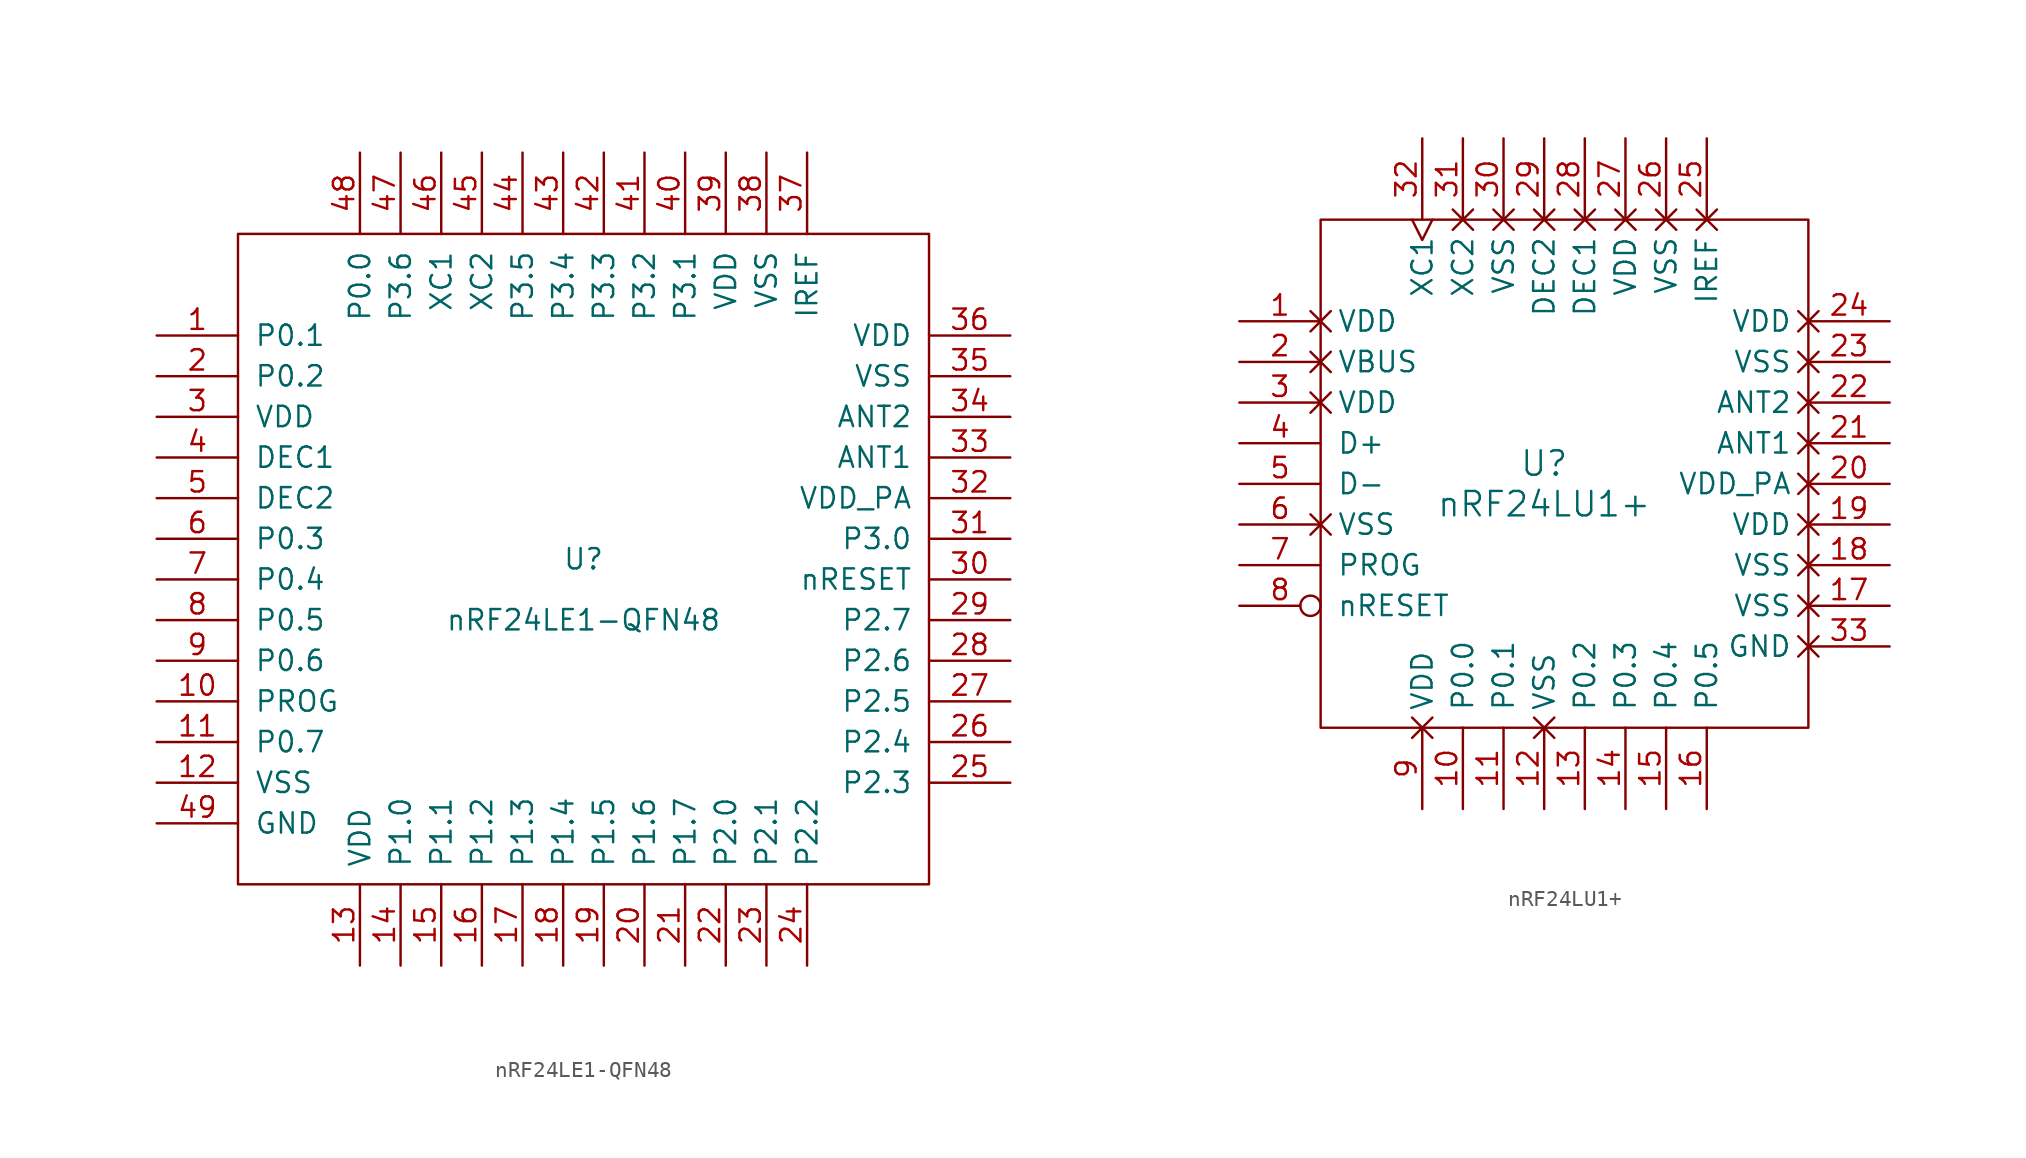
<source format=kicad_sym>
(kicad_symbol_lib
  (version 20220914)
  (generator kicad_symbol_editor)
  (symbol "nRF24LE1-QFN48"
    (pin_names
      (offset 1.016))
    (property "Reference" "U"
      (at 0 0 0)
      (effects (font (size 1.27 1.27))))
    (property "Value" "nRF24LE1-QFN48"
      (at 0 -3.81 0)
      (effects (font (size 1.27 1.27))))
    (symbol "nRF24LE1-QFN48_0_1"
      (rectangle (start -21.59 20.32) (end 21.59 -20.32) (stroke (width 0) (type default)) (fill (type none))))
    (symbol "nRF24LE1-QFN48_1_1"
      (pin input line (at -26.67 13.97 0) (length 5.08) (name "P0.1" (effects (font (size 1.27 1.27)))) (number "1" (effects (font (size 1.27 1.27)))))
      (pin input line (at -26.67 -8.89 0) (length 5.08) (name "PROG" (effects (font (size 1.27 1.27)))) (number "10" (effects (font (size 1.27 1.27)))))
      (pin input line (at -26.67 -11.43 0) (length 5.08) (name "P0.7" (effects (font (size 1.27 1.27)))) (number "11" (effects (font (size 1.27 1.27)))))
      (pin input line (at -26.67 -13.97 0) (length 5.08) (name "VSS" (effects (font (size 1.27 1.27)))) (number "12" (effects (font (size 1.27 1.27)))))
      (pin input line (at -13.97 -25.4 90) (length 5.08) (name "VDD" (effects (font (size 1.27 1.27)))) (number "13" (effects (font (size 1.27 1.27)))))
      (pin input line (at -11.43 -25.4 90) (length 5.08) (name "P1.0" (effects (font (size 1.27 1.27)))) (number "14" (effects (font (size 1.27 1.27)))))
      (pin input line (at -8.89 -25.4 90) (length 5.08) (name "P1.1" (effects (font (size 1.27 1.27)))) (number "15" (effects (font (size 1.27 1.27)))))
      (pin input line (at -6.35 -25.4 90) (length 5.08) (name "P1.2" (effects (font (size 1.27 1.27)))) (number "16" (effects (font (size 1.27 1.27)))))
      (pin input line (at -3.81 -25.4 90) (length 5.08) (name "P1.3" (effects (font (size 1.27 1.27)))) (number "17" (effects (font (size 1.27 1.27)))))
      (pin input line (at -1.27 -25.4 90) (length 5.08) (name "P1.4" (effects (font (size 1.27 1.27)))) (number "18" (effects (font (size 1.27 1.27)))))
      (pin input line (at 1.27 -25.4 90) (length 5.08) (name "P1.5" (effects (font (size 1.27 1.27)))) (number "19" (effects (font (size 1.27 1.27)))))
      (pin input line (at -26.67 11.43 0) (length 5.08) (name "P0.2" (effects (font (size 1.27 1.27)))) (number "2" (effects (font (size 1.27 1.27)))))
      (pin input line (at 3.81 -25.4 90) (length 5.08) (name "P1.6" (effects (font (size 1.27 1.27)))) (number "20" (effects (font (size 1.27 1.27)))))
      (pin input line (at 6.35 -25.4 90) (length 5.08) (name "P1.7" (effects (font (size 1.27 1.27)))) (number "21" (effects (font (size 1.27 1.27)))))
      (pin input line (at 8.89 -25.4 90) (length 5.08) (name "P2.0" (effects (font (size 1.27 1.27)))) (number "22" (effects (font (size 1.27 1.27)))))
      (pin input line (at 11.43 -25.4 90) (length 5.08) (name "P2.1" (effects (font (size 1.27 1.27)))) (number "23" (effects (font (size 1.27 1.27)))))
      (pin input line (at 13.97 -25.4 90) (length 5.08) (name "P2.2" (effects (font (size 1.27 1.27)))) (number "24" (effects (font (size 1.27 1.27)))))
      (pin input line (at 26.67 -13.97 180) (length 5.08) (name "P2.3" (effects (font (size 1.27 1.27)))) (number "25" (effects (font (size 1.27 1.27)))))
      (pin input line (at 26.67 -11.43 180) (length 5.08) (name "P2.4" (effects (font (size 1.27 1.27)))) (number "26" (effects (font (size 1.27 1.27)))))
      (pin input line (at 26.67 -8.89 180) (length 5.08) (name "P2.5" (effects (font (size 1.27 1.27)))) (number "27" (effects (font (size 1.27 1.27)))))
      (pin input line (at 26.67 -6.35 180) (length 5.08) (name "P2.6" (effects (font (size 1.27 1.27)))) (number "28" (effects (font (size 1.27 1.27)))))
      (pin input line (at 26.67 -3.81 180) (length 5.08) (name "P2.7" (effects (font (size 1.27 1.27)))) (number "29" (effects (font (size 1.27 1.27)))))
      (pin input line (at -26.67 8.89 0) (length 5.08) (name "VDD" (effects (font (size 1.27 1.27)))) (number "3" (effects (font (size 1.27 1.27)))))
      (pin input line (at 26.67 -1.27 180) (length 5.08) (name "nRESET" (effects (font (size 1.27 1.27)))) (number "30" (effects (font (size 1.27 1.27)))))
      (pin input line (at 26.67 1.27 180) (length 5.08) (name "P3.0" (effects (font (size 1.27 1.27)))) (number "31" (effects (font (size 1.27 1.27)))))
      (pin input line (at 26.67 3.81 180) (length 5.08) (name "VDD_PA" (effects (font (size 1.27 1.27)))) (number "32" (effects (font (size 1.27 1.27)))))
      (pin input line (at 26.67 6.35 180) (length 5.08) (name "ANT1" (effects (font (size 1.27 1.27)))) (number "33" (effects (font (size 1.27 1.27)))))
      (pin input line (at 26.67 8.89 180) (length 5.08) (name "ANT2" (effects (font (size 1.27 1.27)))) (number "34" (effects (font (size 1.27 1.27)))))
      (pin input line (at 26.67 11.43 180) (length 5.08) (name "VSS" (effects (font (size 1.27 1.27)))) (number "35" (effects (font (size 1.27 1.27)))))
      (pin input line (at 26.67 13.97 180) (length 5.08) (name "VDD" (effects (font (size 1.27 1.27)))) (number "36" (effects (font (size 1.27 1.27)))))
      (pin input line (at 13.97 25.4 270) (length 5.08) (name "IREF" (effects (font (size 1.27 1.27)))) (number "37" (effects (font (size 1.27 1.27)))))
      (pin input line (at 11.43 25.4 270) (length 5.08) (name "VSS" (effects (font (size 1.27 1.27)))) (number "38" (effects (font (size 1.27 1.27)))))
      (pin input line (at 8.89 25.4 270) (length 5.08) (name "VDD" (effects (font (size 1.27 1.27)))) (number "39" (effects (font (size 1.27 1.27)))))
      (pin input line (at -26.67 6.35 0) (length 5.08) (name "DEC1" (effects (font (size 1.27 1.27)))) (number "4" (effects (font (size 1.27 1.27)))))
      (pin input line (at 6.35 25.4 270) (length 5.08) (name "P3.1" (effects (font (size 1.27 1.27)))) (number "40" (effects (font (size 1.27 1.27)))))
      (pin input line (at 3.81 25.4 270) (length 5.08) (name "P3.2" (effects (font (size 1.27 1.27)))) (number "41" (effects (font (size 1.27 1.27)))))
      (pin input line (at 1.27 25.4 270) (length 5.08) (name "P3.3" (effects (font (size 1.27 1.27)))) (number "42" (effects (font (size 1.27 1.27)))))
      (pin input line (at -1.27 25.4 270) (length 5.08) (name "P3.4" (effects (font (size 1.27 1.27)))) (number "43" (effects (font (size 1.27 1.27)))))
      (pin input line (at -3.81 25.4 270) (length 5.08) (name "P3.5" (effects (font (size 1.27 1.27)))) (number "44" (effects (font (size 1.27 1.27)))))
      (pin input line (at -6.35 25.4 270) (length 5.08) (name "XC2" (effects (font (size 1.27 1.27)))) (number "45" (effects (font (size 1.27 1.27)))))
      (pin input line (at -8.89 25.4 270) (length 5.08) (name "XC1" (effects (font (size 1.27 1.27)))) (number "46" (effects (font (size 1.27 1.27)))))
      (pin input line (at -11.43 25.4 270) (length 5.08) (name "P3.6" (effects (font (size 1.27 1.27)))) (number "47" (effects (font (size 1.27 1.27)))))
      (pin input line (at -13.97 25.4 270) (length 5.08) (name "P0.0" (effects (font (size 1.27 1.27)))) (number "48" (effects (font (size 1.27 1.27)))))
      (pin input line (at -26.67 -16.51 0) (length 5.08) (name "GND" (effects (font (size 1.27 1.27)))) (number "49" (effects (font (size 1.27 1.27)))))
      (pin input line (at -26.67 3.81 0) (length 5.08) (name "DEC2" (effects (font (size 1.27 1.27)))) (number "5" (effects (font (size 1.27 1.27)))))
      (pin input line (at -26.67 1.27 0) (length 5.08) (name "P0.3" (effects (font (size 1.27 1.27)))) (number "6" (effects (font (size 1.27 1.27)))))
      (pin input line (at -26.67 -1.27 0) (length 5.08) (name "P0.4" (effects (font (size 1.27 1.27)))) (number "7" (effects (font (size 1.27 1.27)))))
      (pin input line (at -26.67 -3.81 0) (length 5.08) (name "P0.5" (effects (font (size 1.27 1.27)))) (number "8" (effects (font (size 1.27 1.27)))))
      (pin input line (at -26.67 -6.35 0) (length 5.08) (name "P0.6" (effects (font (size 1.27 1.27)))) (number "9" (effects (font (size 1.27 1.27)))))))
  (symbol "nRF24LU1+"
    (pin_names
      (offset 1.016))
    (property "Reference" "U"
      (at -1.27 1.27 0)
      (effects (font (size 1.524 1.524))))
    (property "Value" "nRF24LU1+"
      (at -1.27 -1.27 0)
      (effects (font (size 1.524 1.524))))
    (property "Footprint" ""
      (at -1.27 1.27 0)
      (effects (font (size 1.524 1.524))))
    (property "Datasheet" ""
      (at -1.27 1.27 0)
      (effects (font (size 1.524 1.524))))
    (symbol "nRF24LU1+_0_1"
      (rectangle (start -15.24 16.51) (end 15.24 -15.24) (stroke (width 0) (type default)) (fill (type none))))
    (symbol "nRF24LU1+_1_1"
      (pin power_in non_logic (at -20.32 10.16 0) (length 5.08) (name "VDD" (effects (font (size 1.27 1.27)))) (number "1" (effects (font (size 1.27 1.27)))))
      (pin input line (at -6.35 -20.32 90) (length 5.08) (name "P0.0" (effects (font (size 1.27 1.27)))) (number "10" (effects (font (size 1.27 1.27)))))
      (pin input line (at -3.81 -20.32 90) (length 5.08) (name "P0.1" (effects (font (size 1.27 1.27)))) (number "11" (effects (font (size 1.27 1.27)))))
      (pin power_in non_logic (at -1.27 -20.32 90) (length 5.08) (name "VSS" (effects (font (size 1.27 1.27)))) (number "12" (effects (font (size 1.27 1.27)))))
      (pin input line (at 1.27 -20.32 90) (length 5.08) (name "P0.2" (effects (font (size 1.27 1.27)))) (number "13" (effects (font (size 1.27 1.27)))))
      (pin input line (at 3.81 -20.32 90) (length 5.08) (name "P0.3" (effects (font (size 1.27 1.27)))) (number "14" (effects (font (size 1.27 1.27)))))
      (pin input line (at 6.35 -20.32 90) (length 5.08) (name "P0.4" (effects (font (size 1.27 1.27)))) (number "15" (effects (font (size 1.27 1.27)))))
      (pin input line (at 8.89 -20.32 90) (length 5.08) (name "P0.5" (effects (font (size 1.27 1.27)))) (number "16" (effects (font (size 1.27 1.27)))))
      (pin power_in non_logic (at 20.32 -7.62 180) (length 5.08) (name "VSS" (effects (font (size 1.27 1.27)))) (number "17" (effects (font (size 1.27 1.27)))))
      (pin input non_logic (at 20.32 -5.08 180) (length 5.08) (name "VSS" (effects (font (size 1.27 1.27)))) (number "18" (effects (font (size 1.27 1.27)))))
      (pin power_in non_logic (at 20.32 -2.54 180) (length 5.08) (name "VDD" (effects (font (size 1.27 1.27)))) (number "19" (effects (font (size 1.27 1.27)))))
      (pin power_in non_logic (at -20.32 7.62 0) (length 5.08) (name "VBUS" (effects (font (size 1.27 1.27)))) (number "2" (effects (font (size 1.27 1.27)))))
      (pin power_out non_logic (at 20.32 0 180) (length 5.08) (name "VDD_PA" (effects (font (size 1.27 1.27)))) (number "20" (effects (font (size 1.27 1.27)))))
      (pin bidirectional non_logic (at 20.32 2.54 180) (length 5.08) (name "ANT1" (effects (font (size 1.27 1.27)))) (number "21" (effects (font (size 1.27 1.27)))))
      (pin input non_logic (at 20.32 5.08 180) (length 5.08) (name "ANT2" (effects (font (size 1.27 1.27)))) (number "22" (effects (font (size 1.27 1.27)))))
      (pin power_in non_logic (at 20.32 7.62 180) (length 5.08) (name "VSS" (effects (font (size 1.27 1.27)))) (number "23" (effects (font (size 1.27 1.27)))))
      (pin power_in non_logic (at 20.32 10.16 180) (length 5.08) (name "VDD" (effects (font (size 1.27 1.27)))) (number "24" (effects (font (size 1.27 1.27)))))
      (pin input non_logic (at 8.89 21.59 270) (length 5.08) (name "IREF" (effects (font (size 1.27 1.27)))) (number "25" (effects (font (size 1.27 1.27)))))
      (pin power_in non_logic (at 6.35 21.59 270) (length 5.08) (name "VSS" (effects (font (size 1.27 1.27)))) (number "26" (effects (font (size 1.27 1.27)))))
      (pin power_in non_logic (at 3.81 21.59 270) (length 5.08) (name "VDD" (effects (font (size 1.27 1.27)))) (number "27" (effects (font (size 1.27 1.27)))))
      (pin input non_logic (at 1.27 21.59 270) (length 5.08) (name "DEC1" (effects (font (size 1.27 1.27)))) (number "28" (effects (font (size 1.27 1.27)))))
      (pin input non_logic (at -1.27 21.59 270) (length 5.08) (name "DEC2" (effects (font (size 1.27 1.27)))) (number "29" (effects (font (size 1.27 1.27)))))
      (pin power_in non_logic (at -20.32 5.08 0) (length 5.08) (name "VDD" (effects (font (size 1.27 1.27)))) (number "3" (effects (font (size 1.27 1.27)))))
      (pin power_in non_logic (at -3.81 21.59 270) (length 5.08) (name "VSS" (effects (font (size 1.27 1.27)))) (number "30" (effects (font (size 1.27 1.27)))))
      (pin input non_logic (at -6.35 21.59 270) (length 5.08) (name "XC2" (effects (font (size 1.27 1.27)))) (number "31" (effects (font (size 1.27 1.27)))))
      (pin input clock (at -8.89 21.59 270) (length 5.08) (name "XC1" (effects (font (size 1.27 1.27)))) (number "32" (effects (font (size 1.27 1.27)))))
      (pin power_in non_logic (at 20.32 -10.16 180) (length 5.08) (name "GND" (effects (font (size 1.27 1.27)))) (number "33" (effects (font (size 1.27 1.27)))))
      (pin input line (at -20.32 2.54 0) (length 5.08) (name "D+" (effects (font (size 1.27 1.27)))) (number "4" (effects (font (size 1.27 1.27)))))
      (pin input line (at -20.32 0 0) (length 5.08) (name "D-" (effects (font (size 1.27 1.27)))) (number "5" (effects (font (size 1.27 1.27)))))
      (pin power_in non_logic (at -20.32 -2.54 0) (length 5.08) (name "VSS" (effects (font (size 1.27 1.27)))) (number "6" (effects (font (size 1.27 1.27)))))
      (pin input line (at -20.32 -5.08 0) (length 5.08) (name "PROG" (effects (font (size 1.27 1.27)))) (number "7" (effects (font (size 1.27 1.27)))))
      (pin input inverted (at -20.32 -7.62 0) (length 5.08) (name "nRESET" (effects (font (size 1.27 1.27)))) (number "8" (effects (font (size 1.27 1.27)))))
      (pin power_in non_logic (at -8.89 -20.32 90) (length 5.08) (name "VDD" (effects (font (size 1.27 1.27)))) (number "9" (effects (font (size 1.27 1.27))))))))
</source>
